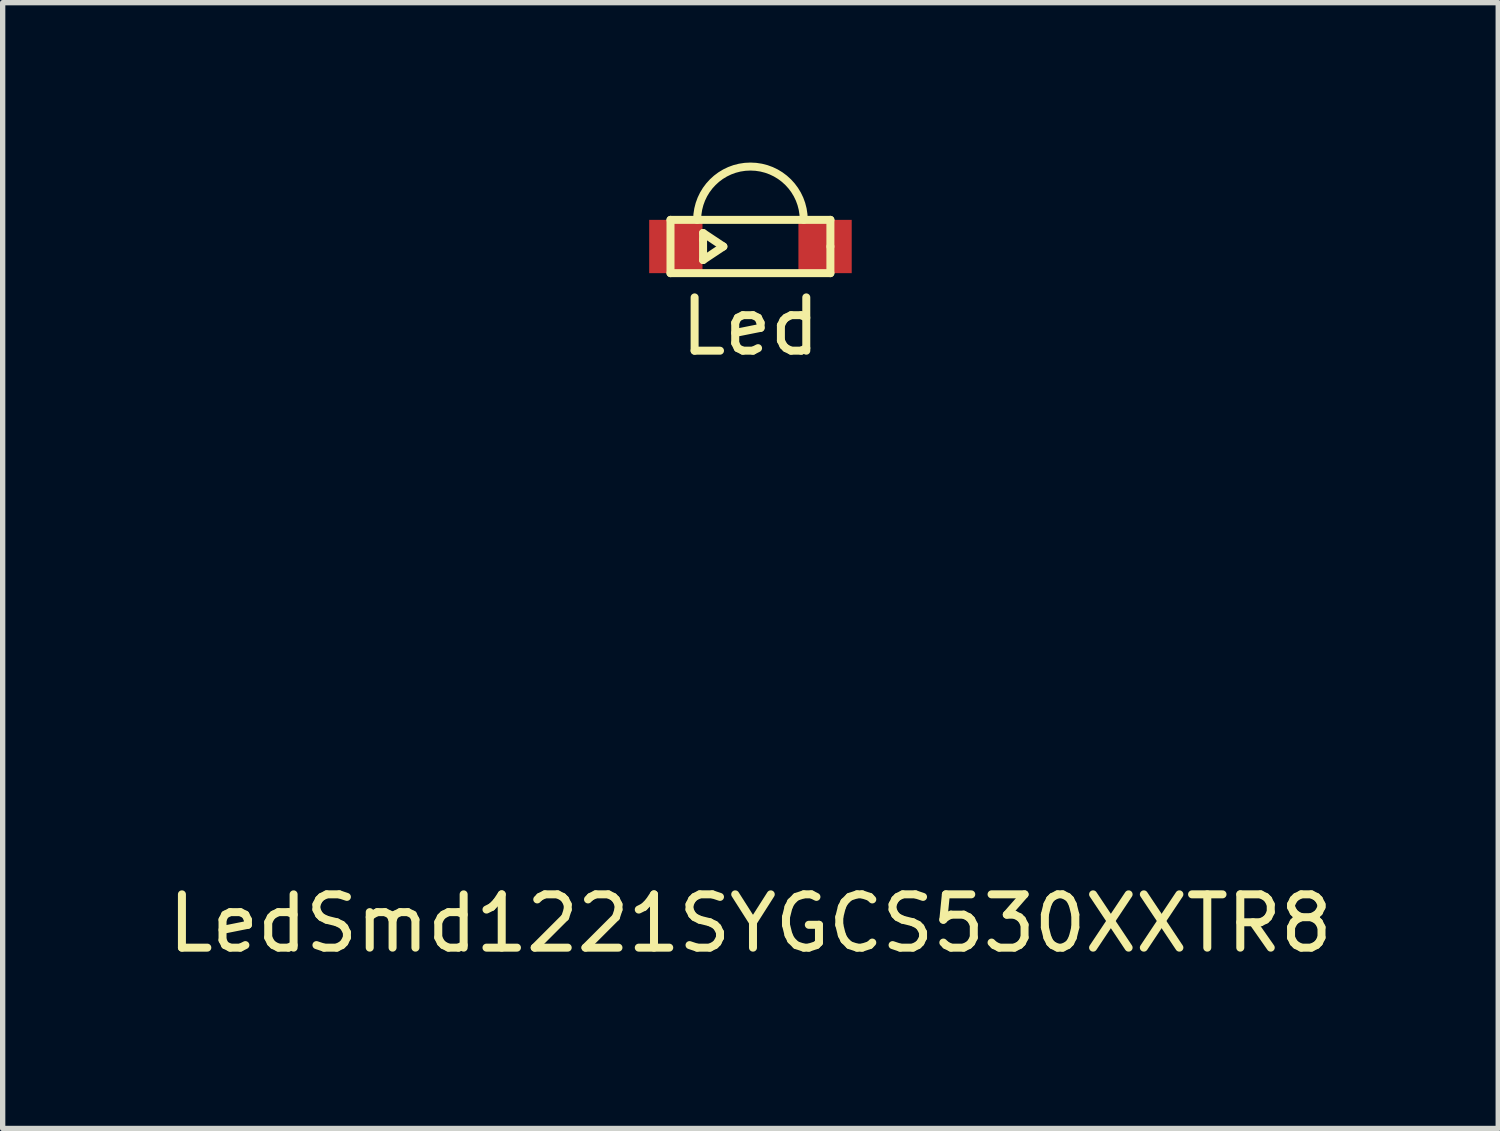
<source format=kicad_pcb>
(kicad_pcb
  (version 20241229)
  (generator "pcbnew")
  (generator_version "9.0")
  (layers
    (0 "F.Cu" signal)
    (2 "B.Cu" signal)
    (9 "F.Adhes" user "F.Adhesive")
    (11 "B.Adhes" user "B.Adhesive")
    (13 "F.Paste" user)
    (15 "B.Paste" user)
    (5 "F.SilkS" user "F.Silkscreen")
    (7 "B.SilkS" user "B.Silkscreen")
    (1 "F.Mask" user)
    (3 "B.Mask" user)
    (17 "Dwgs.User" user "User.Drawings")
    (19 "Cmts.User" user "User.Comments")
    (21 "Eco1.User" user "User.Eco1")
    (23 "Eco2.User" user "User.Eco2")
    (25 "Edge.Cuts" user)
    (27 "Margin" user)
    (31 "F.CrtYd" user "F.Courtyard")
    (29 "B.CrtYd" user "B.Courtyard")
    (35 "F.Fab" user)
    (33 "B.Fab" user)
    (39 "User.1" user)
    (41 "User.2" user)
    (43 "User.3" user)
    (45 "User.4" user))
  (footprint "LedSmd1221SYGCS530XXTR8"
    (layer "F.Cu")
    (at 11.03 1.575)
    (property "Reference" "LedSmd1221SYGCS530XXTR8" (at 0 12.7 0) (layer "F.SilkS") (effects (font (size 1 1) (thickness 0.15))))
    (attr smd)
    (fp_line (start -1.5 -0.5) (end -1.5 0.5) (stroke (width 0.15) (type solid)) (layer "F.SilkS"))
    (fp_line (start -1.5 0.5) (end 1.5 0.5) (stroke (width 0.15) (type solid)) (layer "F.SilkS"))
    (fp_line (start -0.889 -0.254) (end -0.889 -0.127) (stroke (width 0.15) (type solid)) (layer "F.SilkS"))
    (fp_line (start -0.889 -0.127) (end -0.889 0.254) (stroke (width 0.15) (type solid)) (layer "F.SilkS"))
    (fp_line (start -0.889 0.254) (end -0.508 0) (stroke (width 0.15) (type solid)) (layer "F.SilkS"))
    (fp_line (start -0.508 0) (end -0.889 -0.254) (stroke (width 0.15) (type solid)) (layer "F.SilkS"))
    (fp_line (start 1.5 -0.5) (end -1.5 -0.5) (stroke (width 0.15) (type solid)) (layer "F.SilkS"))
    (fp_line (start 1.5 0) (end 1.5 -0.5) (stroke (width 0.15) (type solid)) (layer "F.SilkS"))
    (fp_line (start 1.5 0.5) (end 1.5 0) (stroke (width 0.15) (type solid)) (layer "F.SilkS"))
    (fp_arc (start -1 -0.5) (mid 0 -1.5) (end 1 -0.5) (stroke (width 0.15) (type solid)) (layer "F.SilkS"))
    (fp_text user "Led" (at 0 1.5 0) (layer "F.SilkS") (effects (font (size 1 1) (thickness 0.15))))
    (pad "1" smd rect (at -1.4 0) (size 1 1) (layers "F.Cu" "F.Mask" "F.Paste"))
    (pad "2" smd rect (at 1.4 0) (size 1 1) (layers "F.Cu" "F.Mask" "F.Paste")))
  (gr_rect
    (start -3 -3)
    (end 25.06 18.123)
    (stroke (width 0.1) (type default))
    (fill no)
    (layer "Edge.Cuts")))
</source>
